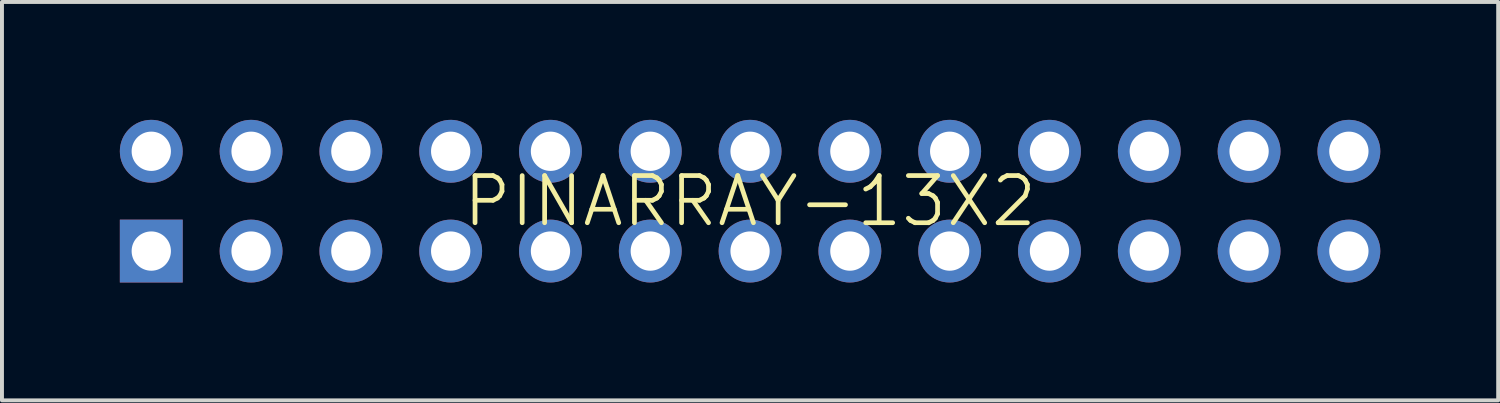
<source format=kicad_pcb>
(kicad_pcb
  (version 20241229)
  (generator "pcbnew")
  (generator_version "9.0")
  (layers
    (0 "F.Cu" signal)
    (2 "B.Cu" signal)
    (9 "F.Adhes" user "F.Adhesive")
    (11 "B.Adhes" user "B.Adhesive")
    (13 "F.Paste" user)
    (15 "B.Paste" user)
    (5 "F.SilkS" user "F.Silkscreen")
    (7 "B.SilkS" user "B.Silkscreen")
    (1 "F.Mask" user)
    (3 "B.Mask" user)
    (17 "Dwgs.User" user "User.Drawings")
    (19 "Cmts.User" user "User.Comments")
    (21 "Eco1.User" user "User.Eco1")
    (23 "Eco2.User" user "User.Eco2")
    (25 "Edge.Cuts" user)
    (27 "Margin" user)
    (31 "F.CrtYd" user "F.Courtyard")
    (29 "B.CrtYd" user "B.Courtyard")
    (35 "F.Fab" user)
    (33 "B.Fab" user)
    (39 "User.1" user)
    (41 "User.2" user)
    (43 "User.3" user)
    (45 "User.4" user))
  (footprint "PINARRAY-13X2"
    (layer "F.Cu")
    (at 16.04 2.07)
    (property "Reference" "PINARRAY-13X2" (at 0 0 0) (layer "F.SilkS") (effects (font (size 1.2 1.2) (thickness 0.12))))
    (attr through_hole)
    (pad "1" thru_hole rect (at -15.24 1.27) (size 1.6 1.6) (drill 1) (layers "*.Cu" "*.Mask"))
    (pad "2" thru_hole circle (at -15.24 -1.27) (size 1.6 1.6) (drill 1) (layers "*.Cu" "*.Mask"))
    (pad "3" thru_hole circle (at -12.7 1.27) (size 1.6 1.6) (drill 1) (layers "*.Cu" "*.Mask"))
    (pad "4" thru_hole circle (at -12.7 -1.27) (size 1.6 1.6) (drill 1) (layers "*.Cu" "*.Mask"))
    (pad "5" thru_hole circle (at -10.16 1.27) (size 1.6 1.6) (drill 1) (layers "*.Cu" "*.Mask"))
    (pad "6" thru_hole circle (at -10.16 -1.27) (size 1.6 1.6) (drill 1) (layers "*.Cu" "*.Mask"))
    (pad "7" thru_hole circle (at -7.62 1.27) (size 1.6 1.6) (drill 1) (layers "*.Cu" "*.Mask"))
    (pad "8" thru_hole circle (at -7.62 -1.27) (size 1.6 1.6) (drill 1) (layers "*.Cu" "*.Mask"))
    (pad "9" thru_hole circle (at -5.08 1.27) (size 1.6 1.6) (drill 1) (layers "*.Cu" "*.Mask"))
    (pad "10" thru_hole circle (at -5.08 -1.27) (size 1.6 1.6) (drill 1) (layers "*.Cu" "*.Mask"))
    (pad "11" thru_hole circle (at -2.54 1.27) (size 1.6 1.6) (drill 1) (layers "*.Cu" "*.Mask"))
    (pad "12" thru_hole circle (at -2.54 -1.27) (size 1.6 1.6) (drill 1) (layers "*.Cu" "*.Mask"))
    (pad "13" thru_hole circle (at 0 1.27) (size 1.6 1.6) (drill 1) (layers "*.Cu" "*.Mask"))
    (pad "14" thru_hole circle (at 0 -1.27) (size 1.6 1.6) (drill 1) (layers "*.Cu" "*.Mask"))
    (pad "15" thru_hole circle (at 2.54 1.27) (size 1.6 1.6) (drill 1) (layers "*.Cu" "*.Mask"))
    (pad "16" thru_hole circle (at 2.54 -1.27) (size 1.6 1.6) (drill 1) (layers "*.Cu" "*.Mask"))
    (pad "17" thru_hole circle (at 5.08 1.27) (size 1.6 1.6) (drill 1) (layers "*.Cu" "*.Mask"))
    (pad "18" thru_hole circle (at 5.08 -1.27) (size 1.6 1.6) (drill 1) (layers "*.Cu" "*.Mask"))
    (pad "19" thru_hole circle (at 7.62 1.27) (size 1.6 1.6) (drill 1) (layers "*.Cu" "*.Mask"))
    (pad "20" thru_hole circle (at 7.62 -1.27) (size 1.6 1.6) (drill 1) (layers "*.Cu" "*.Mask"))
    (pad "21" thru_hole circle (at 10.16 1.27) (size 1.6 1.6) (drill 1) (layers "*.Cu" "*.Mask"))
    (pad "22" thru_hole circle (at 10.16 -1.27) (size 1.6 1.6) (drill 1) (layers "*.Cu" "*.Mask"))
    (pad "23" thru_hole circle (at 12.7 1.27) (size 1.6 1.6) (drill 1) (layers "*.Cu" "*.Mask"))
    (pad "24" thru_hole circle (at 12.7 -1.27) (size 1.6 1.6) (drill 1) (layers "*.Cu" "*.Mask"))
    (pad "25" thru_hole circle (at 15.24 1.27) (size 1.6 1.6) (drill 1) (layers "*.Cu" "*.Mask"))
    (pad "26" thru_hole circle (at 15.24 -1.27) (size 1.6 1.6) (drill 1) (layers "*.Cu" "*.Mask")))
  (gr_rect
    (start -3 -3)
    (end 35.08 7.14)
    (stroke (width 0.1) (type default))
    (fill no)
    (layer "Edge.Cuts")))
</source>
